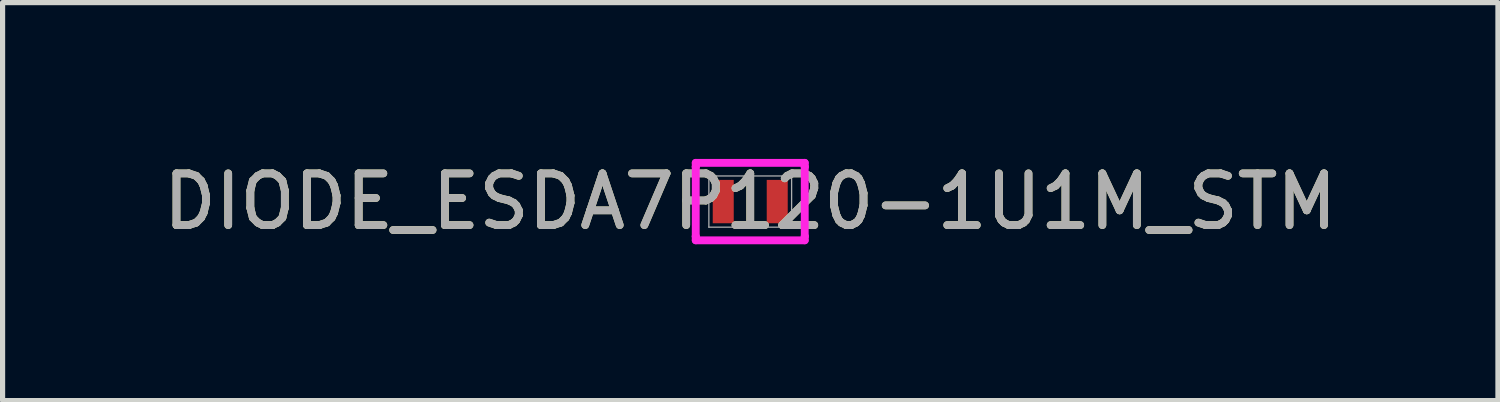
<source format=kicad_pcb>
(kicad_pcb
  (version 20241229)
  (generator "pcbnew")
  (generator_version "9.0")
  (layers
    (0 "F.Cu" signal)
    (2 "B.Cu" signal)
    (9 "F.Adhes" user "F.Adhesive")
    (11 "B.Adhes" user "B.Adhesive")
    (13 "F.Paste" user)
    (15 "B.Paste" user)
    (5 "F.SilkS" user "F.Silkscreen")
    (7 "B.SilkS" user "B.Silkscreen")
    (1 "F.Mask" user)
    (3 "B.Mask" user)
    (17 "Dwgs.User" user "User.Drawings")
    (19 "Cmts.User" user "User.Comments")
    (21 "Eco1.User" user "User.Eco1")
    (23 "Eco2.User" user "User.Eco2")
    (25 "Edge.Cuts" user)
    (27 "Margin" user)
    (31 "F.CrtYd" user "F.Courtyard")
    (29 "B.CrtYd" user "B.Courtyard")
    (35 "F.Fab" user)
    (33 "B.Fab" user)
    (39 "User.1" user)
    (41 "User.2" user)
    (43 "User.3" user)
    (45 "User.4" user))
  (footprint "DIODE_ESDA7P120-1U1M_STM"
    (layer "F.Cu")
    (at 11.458 0.848)
    (property "Reference" "DIODE_ESDA7P120-1U1M_STM" (at 0 0 0) (unlocked yes) (layer "F.SilkS") (effects (font (size 1 1) (thickness 0.15))))
    (attr smd)
    (fp_line (start -1.054 -0.749) (end 1.054 -0.749) (stroke (width 0.152) (type solid)) (layer "F.CrtYd"))
    (fp_line (start -1.054 -0.673) (end -1.054 -0.749) (stroke (width 0.152) (type solid)) (layer "F.CrtYd"))
    (fp_line (start -1.054 -0.673) (end -1.054 -0.673) (stroke (width 0.152) (type solid)) (layer "F.CrtYd"))
    (fp_line (start -1.054 0.673) (end -1.054 -0.673) (stroke (width 0.152) (type solid)) (layer "F.CrtYd"))
    (fp_line (start -1.054 0.673) (end -1.054 0.673) (stroke (width 0.152) (type solid)) (layer "F.CrtYd"))
    (fp_line (start -1.054 0.749) (end -1.054 0.673) (stroke (width 0.152) (type solid)) (layer "F.CrtYd"))
    (fp_line (start 1.054 -0.749) (end 1.054 -0.673) (stroke (width 0.152) (type solid)) (layer "F.CrtYd"))
    (fp_line (start 1.054 -0.673) (end 1.054 -0.673) (stroke (width 0.152) (type solid)) (layer "F.CrtYd"))
    (fp_line (start 1.054 -0.673) (end 1.054 0.673) (stroke (width 0.152) (type solid)) (layer "F.CrtYd"))
    (fp_line (start 1.054 0.673) (end 1.054 0.673) (stroke (width 0.152) (type solid)) (layer "F.CrtYd"))
    (fp_line (start 1.054 0.673) (end 1.054 0.749) (stroke (width 0.152) (type solid)) (layer "F.CrtYd"))
    (fp_line (start 1.054 0.749) (end -1.054 0.749) (stroke (width 0.152) (type solid)) (layer "F.CrtYd"))
    (fp_line (start -0.8 -0.495) (end -0.8 0.495) (stroke (width 0.025) (type solid)) (layer "F.Fab"))
    (fp_line (start -0.8 0.495) (end 0.8 0.495) (stroke (width 0.025) (type solid)) (layer "F.Fab"))
    (fp_line (start 0.8 -0.495) (end -0.8 -0.495) (stroke (width 0.025) (type solid)) (layer "F.Fab"))
    (fp_line (start 0.8 0.495) (end 0.8 -0.495) (stroke (width 0.025) (type solid)) (layer "F.Fab"))
    (fp_circle (center 0 0) (end 0 0) (stroke (width 0.025) (type solid)) (fill no) (layer "F.Fab"))
    (fp_text user "${REFERENCE}" (at 0 0 0) (unlocked yes) (layer "F.Fab") (effects (font (size 1 1) (thickness 0.15))))
    (pad "1" smd rect (at -0.522 0) (size 0.406 0.838) (layers "F.Cu" "F.Mask" "F.Paste"))
    (pad "2" smd rect (at 0.522 0) (size 0.406 0.838) (layers "F.Cu" "F.Mask" "F.Paste")))
  (gr_rect
    (start -3 -3)
    (end 25.917 4.697)
    (stroke (width 0.1) (type default))
    (fill no)
    (layer "Edge.Cuts")))
</source>
